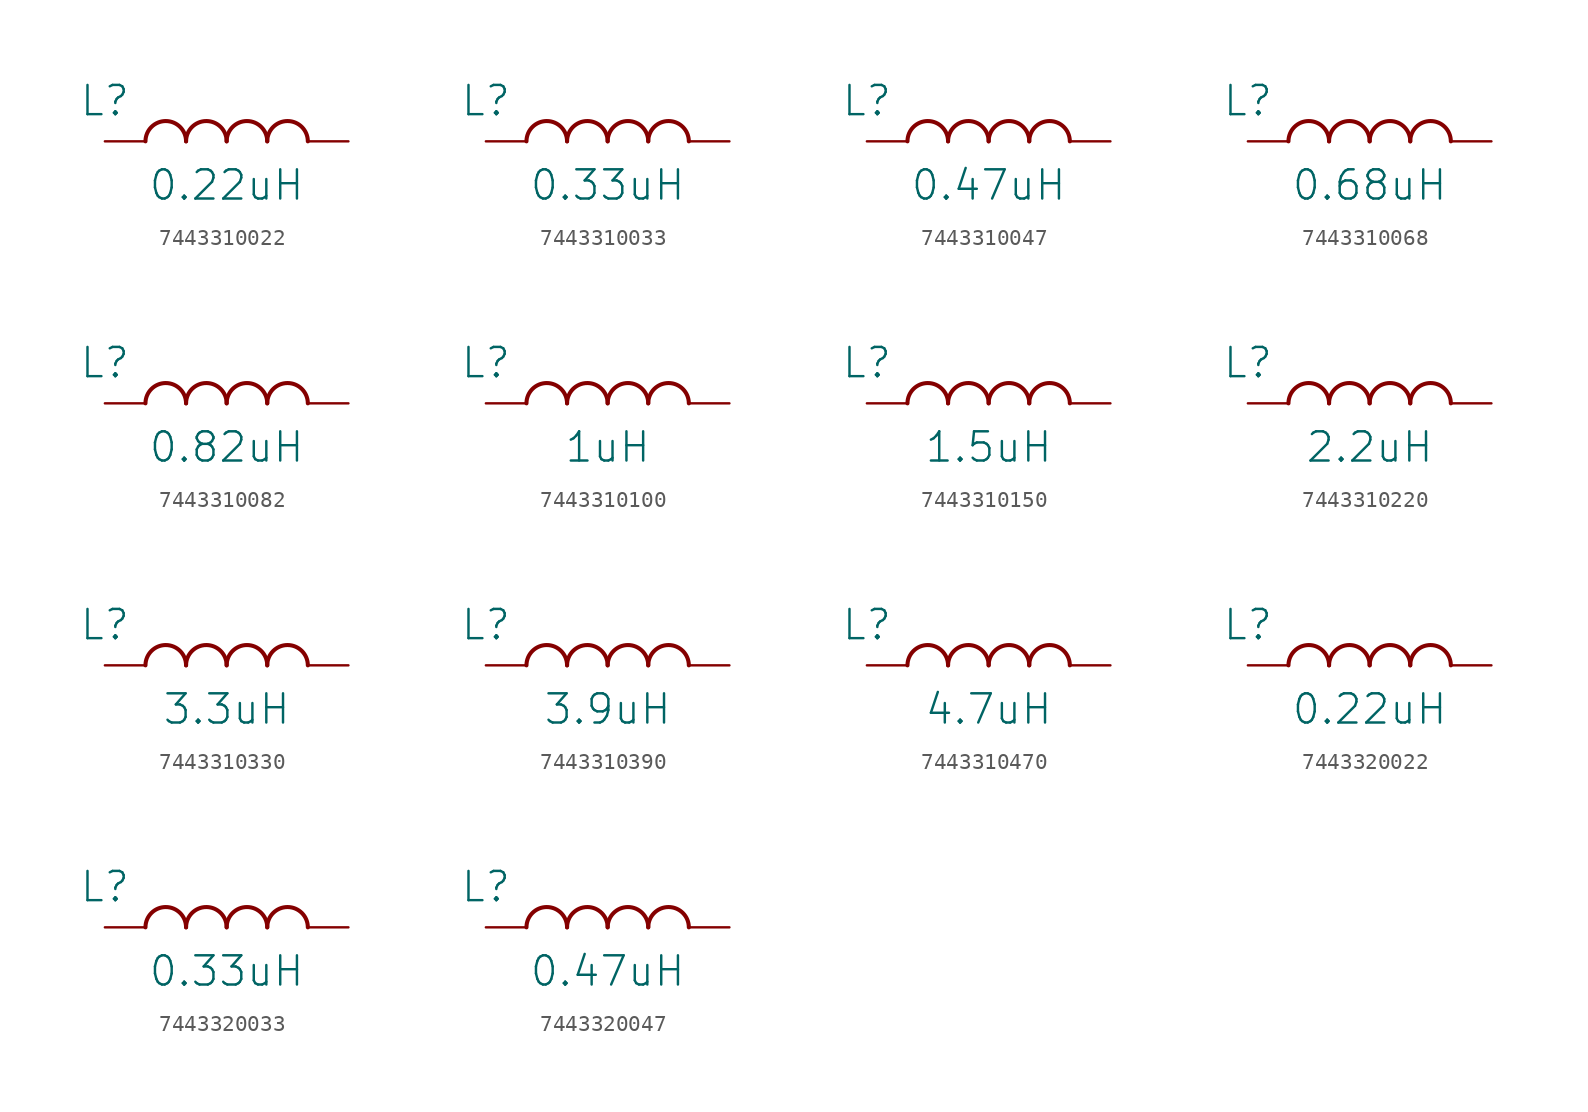
<source format=kicad_sym>
(kicad_symbol_lib
  (version 20231120)
  (generator "kicad_symbol_editor")
  (generator_version "8.0")
  (symbol "7443310022"
    (property "Reference" "L"
      (at 0 2.54 0)
      (effects (font (size 1.829 1.829))))
    (property "Value" "0.22uH"
      (at 7.62 -3.81 0)
      (effects (font (size 1.829 1.829)) (justify bottom)))
    (symbol "7443310022_1_0"
      (arc (start 5.08 0) (mid 3.81 1.27) (end 2.54 0) (stroke (width 0.254) (type solid)) (fill (type none)))
      (arc (start 7.62 0) (mid 6.35 1.27) (end 5.08 0) (stroke (width 0.254) (type solid)) (fill (type none)))
      (arc (start 10.16 0) (mid 8.89 1.27) (end 7.62 0) (stroke (width 0.254) (type solid)) (fill (type none)))
      (arc (start 12.7 0) (mid 11.43 1.27) (end 10.16 0) (stroke (width 0.254) (type solid)) (fill (type none)))
      (pin passive line (at 0 0 0) (length 2.54) (name "1" (effects (font (size 0 0)))) (number "1" (effects (font (size 0 0)))))
      (pin passive line (at 15.24 0 180) (length 2.54) (name "2" (effects (font (size 0 0)))) (number "2" (effects (font (size 0 0)))))))
  (symbol "7443310033"
    (property "Reference" "L"
      (at 0 2.54 0)
      (effects (font (size 1.829 1.829))))
    (property "Value" "0.33uH"
      (at 7.62 -3.81 0)
      (effects (font (size 1.829 1.829)) (justify bottom)))
    (symbol "7443310033_1_0"
      (arc (start 5.08 0) (mid 3.81 1.27) (end 2.54 0) (stroke (width 0.254) (type solid)) (fill (type none)))
      (arc (start 7.62 0) (mid 6.35 1.27) (end 5.08 0) (stroke (width 0.254) (type solid)) (fill (type none)))
      (arc (start 10.16 0) (mid 8.89 1.27) (end 7.62 0) (stroke (width 0.254) (type solid)) (fill (type none)))
      (arc (start 12.7 0) (mid 11.43 1.27) (end 10.16 0) (stroke (width 0.254) (type solid)) (fill (type none)))
      (pin passive line (at 0 0 0) (length 2.54) (name "1" (effects (font (size 0 0)))) (number "1" (effects (font (size 0 0)))))
      (pin passive line (at 15.24 0 180) (length 2.54) (name "2" (effects (font (size 0 0)))) (number "2" (effects (font (size 0 0)))))))
  (symbol "7443310047"
    (property "Reference" "L"
      (at 0 2.54 0)
      (effects (font (size 1.829 1.829))))
    (property "Value" "0.47uH"
      (at 7.62 -3.81 0)
      (effects (font (size 1.829 1.829)) (justify bottom)))
    (symbol "7443310047_1_0"
      (arc (start 5.08 0) (mid 3.81 1.27) (end 2.54 0) (stroke (width 0.254) (type solid)) (fill (type none)))
      (arc (start 7.62 0) (mid 6.35 1.27) (end 5.08 0) (stroke (width 0.254) (type solid)) (fill (type none)))
      (arc (start 10.16 0) (mid 8.89 1.27) (end 7.62 0) (stroke (width 0.254) (type solid)) (fill (type none)))
      (arc (start 12.7 0) (mid 11.43 1.27) (end 10.16 0) (stroke (width 0.254) (type solid)) (fill (type none)))
      (pin passive line (at 0 0 0) (length 2.54) (name "1" (effects (font (size 0 0)))) (number "1" (effects (font (size 0 0)))))
      (pin passive line (at 15.24 0 180) (length 2.54) (name "2" (effects (font (size 0 0)))) (number "2" (effects (font (size 0 0)))))))
  (symbol "7443310068"
    (property "Reference" "L"
      (at 0 2.54 0)
      (effects (font (size 1.829 1.829))))
    (property "Value" "0.68uH"
      (at 7.62 -3.81 0)
      (effects (font (size 1.829 1.829)) (justify bottom)))
    (symbol "7443310068_1_0"
      (arc (start 5.08 0) (mid 3.81 1.27) (end 2.54 0) (stroke (width 0.254) (type solid)) (fill (type none)))
      (arc (start 7.62 0) (mid 6.35 1.27) (end 5.08 0) (stroke (width 0.254) (type solid)) (fill (type none)))
      (arc (start 10.16 0) (mid 8.89 1.27) (end 7.62 0) (stroke (width 0.254) (type solid)) (fill (type none)))
      (arc (start 12.7 0) (mid 11.43 1.27) (end 10.16 0) (stroke (width 0.254) (type solid)) (fill (type none)))
      (pin passive line (at 0 0 0) (length 2.54) (name "1" (effects (font (size 0 0)))) (number "1" (effects (font (size 0 0)))))
      (pin passive line (at 15.24 0 180) (length 2.54) (name "2" (effects (font (size 0 0)))) (number "2" (effects (font (size 0 0)))))))
  (symbol "7443310082"
    (property "Reference" "L"
      (at 0 2.54 0)
      (effects (font (size 1.829 1.829))))
    (property "Value" "0.82uH"
      (at 7.62 -3.81 0)
      (effects (font (size 1.829 1.829)) (justify bottom)))
    (symbol "7443310082_1_0"
      (arc (start 5.08 0) (mid 3.81 1.27) (end 2.54 0) (stroke (width 0.254) (type solid)) (fill (type none)))
      (arc (start 7.62 0) (mid 6.35 1.27) (end 5.08 0) (stroke (width 0.254) (type solid)) (fill (type none)))
      (arc (start 10.16 0) (mid 8.89 1.27) (end 7.62 0) (stroke (width 0.254) (type solid)) (fill (type none)))
      (arc (start 12.7 0) (mid 11.43 1.27) (end 10.16 0) (stroke (width 0.254) (type solid)) (fill (type none)))
      (pin passive line (at 0 0 0) (length 2.54) (name "1" (effects (font (size 0 0)))) (number "1" (effects (font (size 0 0)))))
      (pin passive line (at 15.24 0 180) (length 2.54) (name "2" (effects (font (size 0 0)))) (number "2" (effects (font (size 0 0)))))))
  (symbol "7443310100"
    (property "Reference" "L"
      (at 0 2.54 0)
      (effects (font (size 1.829 1.829))))
    (property "Value" "1uH"
      (at 7.62 -3.81 0)
      (effects (font (size 1.829 1.829)) (justify bottom)))
    (symbol "7443310100_1_0"
      (arc (start 5.08 0) (mid 3.81 1.27) (end 2.54 0) (stroke (width 0.254) (type solid)) (fill (type none)))
      (arc (start 7.62 0) (mid 6.35 1.27) (end 5.08 0) (stroke (width 0.254) (type solid)) (fill (type none)))
      (arc (start 10.16 0) (mid 8.89 1.27) (end 7.62 0) (stroke (width 0.254) (type solid)) (fill (type none)))
      (arc (start 12.7 0) (mid 11.43 1.27) (end 10.16 0) (stroke (width 0.254) (type solid)) (fill (type none)))
      (pin passive line (at 0 0 0) (length 2.54) (name "1" (effects (font (size 0 0)))) (number "1" (effects (font (size 0 0)))))
      (pin passive line (at 15.24 0 180) (length 2.54) (name "2" (effects (font (size 0 0)))) (number "2" (effects (font (size 0 0)))))))
  (symbol "7443310150"
    (property "Reference" "L"
      (at 0 2.54 0)
      (effects (font (size 1.829 1.829))))
    (property "Value" "1.5uH"
      (at 7.62 -3.81 0)
      (effects (font (size 1.829 1.829)) (justify bottom)))
    (symbol "7443310150_1_0"
      (arc (start 5.08 0) (mid 3.81 1.27) (end 2.54 0) (stroke (width 0.254) (type solid)) (fill (type none)))
      (arc (start 7.62 0) (mid 6.35 1.27) (end 5.08 0) (stroke (width 0.254) (type solid)) (fill (type none)))
      (arc (start 10.16 0) (mid 8.89 1.27) (end 7.62 0) (stroke (width 0.254) (type solid)) (fill (type none)))
      (arc (start 12.7 0) (mid 11.43 1.27) (end 10.16 0) (stroke (width 0.254) (type solid)) (fill (type none)))
      (pin passive line (at 0 0 0) (length 2.54) (name "1" (effects (font (size 0 0)))) (number "1" (effects (font (size 0 0)))))
      (pin passive line (at 15.24 0 180) (length 2.54) (name "2" (effects (font (size 0 0)))) (number "2" (effects (font (size 0 0)))))))
  (symbol "7443310220"
    (property "Reference" "L"
      (at 0 2.54 0)
      (effects (font (size 1.829 1.829))))
    (property "Value" "2.2uH"
      (at 7.62 -3.81 0)
      (effects (font (size 1.829 1.829)) (justify bottom)))
    (symbol "7443310220_1_0"
      (arc (start 5.08 0) (mid 3.81 1.27) (end 2.54 0) (stroke (width 0.254) (type solid)) (fill (type none)))
      (arc (start 7.62 0) (mid 6.35 1.27) (end 5.08 0) (stroke (width 0.254) (type solid)) (fill (type none)))
      (arc (start 10.16 0) (mid 8.89 1.27) (end 7.62 0) (stroke (width 0.254) (type solid)) (fill (type none)))
      (arc (start 12.7 0) (mid 11.43 1.27) (end 10.16 0) (stroke (width 0.254) (type solid)) (fill (type none)))
      (pin passive line (at 0 0 0) (length 2.54) (name "1" (effects (font (size 0 0)))) (number "1" (effects (font (size 0 0)))))
      (pin passive line (at 15.24 0 180) (length 2.54) (name "2" (effects (font (size 0 0)))) (number "2" (effects (font (size 0 0)))))))
  (symbol "7443310330"
    (property "Reference" "L"
      (at 0 2.54 0)
      (effects (font (size 1.829 1.829))))
    (property "Value" "3.3uH"
      (at 7.62 -3.81 0)
      (effects (font (size 1.829 1.829)) (justify bottom)))
    (symbol "7443310330_1_0"
      (arc (start 5.08 0) (mid 3.81 1.27) (end 2.54 0) (stroke (width 0.254) (type solid)) (fill (type none)))
      (arc (start 7.62 0) (mid 6.35 1.27) (end 5.08 0) (stroke (width 0.254) (type solid)) (fill (type none)))
      (arc (start 10.16 0) (mid 8.89 1.27) (end 7.62 0) (stroke (width 0.254) (type solid)) (fill (type none)))
      (arc (start 12.7 0) (mid 11.43 1.27) (end 10.16 0) (stroke (width 0.254) (type solid)) (fill (type none)))
      (pin passive line (at 0 0 0) (length 2.54) (name "1" (effects (font (size 0 0)))) (number "1" (effects (font (size 0 0)))))
      (pin passive line (at 15.24 0 180) (length 2.54) (name "2" (effects (font (size 0 0)))) (number "2" (effects (font (size 0 0)))))))
  (symbol "7443310390"
    (property "Reference" "L"
      (at 0 2.54 0)
      (effects (font (size 1.829 1.829))))
    (property "Value" "3.9uH"
      (at 7.62 -3.81 0)
      (effects (font (size 1.829 1.829)) (justify bottom)))
    (symbol "7443310390_1_0"
      (arc (start 5.08 0) (mid 3.81 1.27) (end 2.54 0) (stroke (width 0.254) (type solid)) (fill (type none)))
      (arc (start 7.62 0) (mid 6.35 1.27) (end 5.08 0) (stroke (width 0.254) (type solid)) (fill (type none)))
      (arc (start 10.16 0) (mid 8.89 1.27) (end 7.62 0) (stroke (width 0.254) (type solid)) (fill (type none)))
      (arc (start 12.7 0) (mid 11.43 1.27) (end 10.16 0) (stroke (width 0.254) (type solid)) (fill (type none)))
      (pin passive line (at 0 0 0) (length 2.54) (name "1" (effects (font (size 0 0)))) (number "1" (effects (font (size 0 0)))))
      (pin passive line (at 15.24 0 180) (length 2.54) (name "2" (effects (font (size 0 0)))) (number "2" (effects (font (size 0 0)))))))
  (symbol "7443310470"
    (property "Reference" "L"
      (at 0 2.54 0)
      (effects (font (size 1.829 1.829))))
    (property "Value" "4.7uH"
      (at 7.62 -3.81 0)
      (effects (font (size 1.829 1.829)) (justify bottom)))
    (symbol "7443310470_1_0"
      (arc (start 5.08 0) (mid 3.81 1.27) (end 2.54 0) (stroke (width 0.254) (type solid)) (fill (type none)))
      (arc (start 7.62 0) (mid 6.35 1.27) (end 5.08 0) (stroke (width 0.254) (type solid)) (fill (type none)))
      (arc (start 10.16 0) (mid 8.89 1.27) (end 7.62 0) (stroke (width 0.254) (type solid)) (fill (type none)))
      (arc (start 12.7 0) (mid 11.43 1.27) (end 10.16 0) (stroke (width 0.254) (type solid)) (fill (type none)))
      (pin passive line (at 0 0 0) (length 2.54) (name "1" (effects (font (size 0 0)))) (number "1" (effects (font (size 0 0)))))
      (pin passive line (at 15.24 0 180) (length 2.54) (name "2" (effects (font (size 0 0)))) (number "2" (effects (font (size 0 0)))))))
  (symbol "7443320022"
    (property "Reference" "L"
      (at 0 2.54 0)
      (effects (font (size 1.829 1.829))))
    (property "Value" "0.22uH"
      (at 7.62 -3.81 0)
      (effects (font (size 1.829 1.829)) (justify bottom)))
    (symbol "7443320022_1_0"
      (arc (start 5.08 0) (mid 3.81 1.27) (end 2.54 0) (stroke (width 0.254) (type solid)) (fill (type none)))
      (arc (start 7.62 0) (mid 6.35 1.27) (end 5.08 0) (stroke (width 0.254) (type solid)) (fill (type none)))
      (arc (start 10.16 0) (mid 8.89 1.27) (end 7.62 0) (stroke (width 0.254) (type solid)) (fill (type none)))
      (arc (start 12.7 0) (mid 11.43 1.27) (end 10.16 0) (stroke (width 0.254) (type solid)) (fill (type none)))
      (pin passive line (at 0 0 0) (length 2.54) (name "1" (effects (font (size 0 0)))) (number "1" (effects (font (size 0 0)))))
      (pin passive line (at 15.24 0 180) (length 2.54) (name "2" (effects (font (size 0 0)))) (number "2" (effects (font (size 0 0)))))))
  (symbol "7443320033"
    (property "Reference" "L"
      (at 0 2.54 0)
      (effects (font (size 1.829 1.829))))
    (property "Value" "0.33uH"
      (at 7.62 -3.81 0)
      (effects (font (size 1.829 1.829)) (justify bottom)))
    (symbol "7443320033_1_0"
      (arc (start 5.08 0) (mid 3.81 1.27) (end 2.54 0) (stroke (width 0.254) (type solid)) (fill (type none)))
      (arc (start 7.62 0) (mid 6.35 1.27) (end 5.08 0) (stroke (width 0.254) (type solid)) (fill (type none)))
      (arc (start 10.16 0) (mid 8.89 1.27) (end 7.62 0) (stroke (width 0.254) (type solid)) (fill (type none)))
      (arc (start 12.7 0) (mid 11.43 1.27) (end 10.16 0) (stroke (width 0.254) (type solid)) (fill (type none)))
      (pin passive line (at 0 0 0) (length 2.54) (name "1" (effects (font (size 0 0)))) (number "1" (effects (font (size 0 0)))))
      (pin passive line (at 15.24 0 180) (length 2.54) (name "2" (effects (font (size 0 0)))) (number "2" (effects (font (size 0 0)))))))
  (symbol "7443320047"
    (property "Reference" "L"
      (at 0 2.54 0)
      (effects (font (size 1.829 1.829))))
    (property "Value" "0.47uH"
      (at 7.62 -3.81 0)
      (effects (font (size 1.829 1.829)) (justify bottom)))
    (symbol "7443320047_1_0"
      (arc (start 5.08 0) (mid 3.81 1.27) (end 2.54 0) (stroke (width 0.254) (type solid)) (fill (type none)))
      (arc (start 7.62 0) (mid 6.35 1.27) (end 5.08 0) (stroke (width 0.254) (type solid)) (fill (type none)))
      (arc (start 10.16 0) (mid 8.89 1.27) (end 7.62 0) (stroke (width 0.254) (type solid)) (fill (type none)))
      (arc (start 12.7 0) (mid 11.43 1.27) (end 10.16 0) (stroke (width 0.254) (type solid)) (fill (type none)))
      (pin passive line (at 0 0 0) (length 2.54) (name "1" (effects (font (size 0 0)))) (number "1" (effects (font (size 0 0)))))
      (pin passive line (at 15.24 0 180) (length 2.54) (name "2" (effects (font (size 0 0)))) (number "2" (effects (font (size 0 0))))))))
</source>
